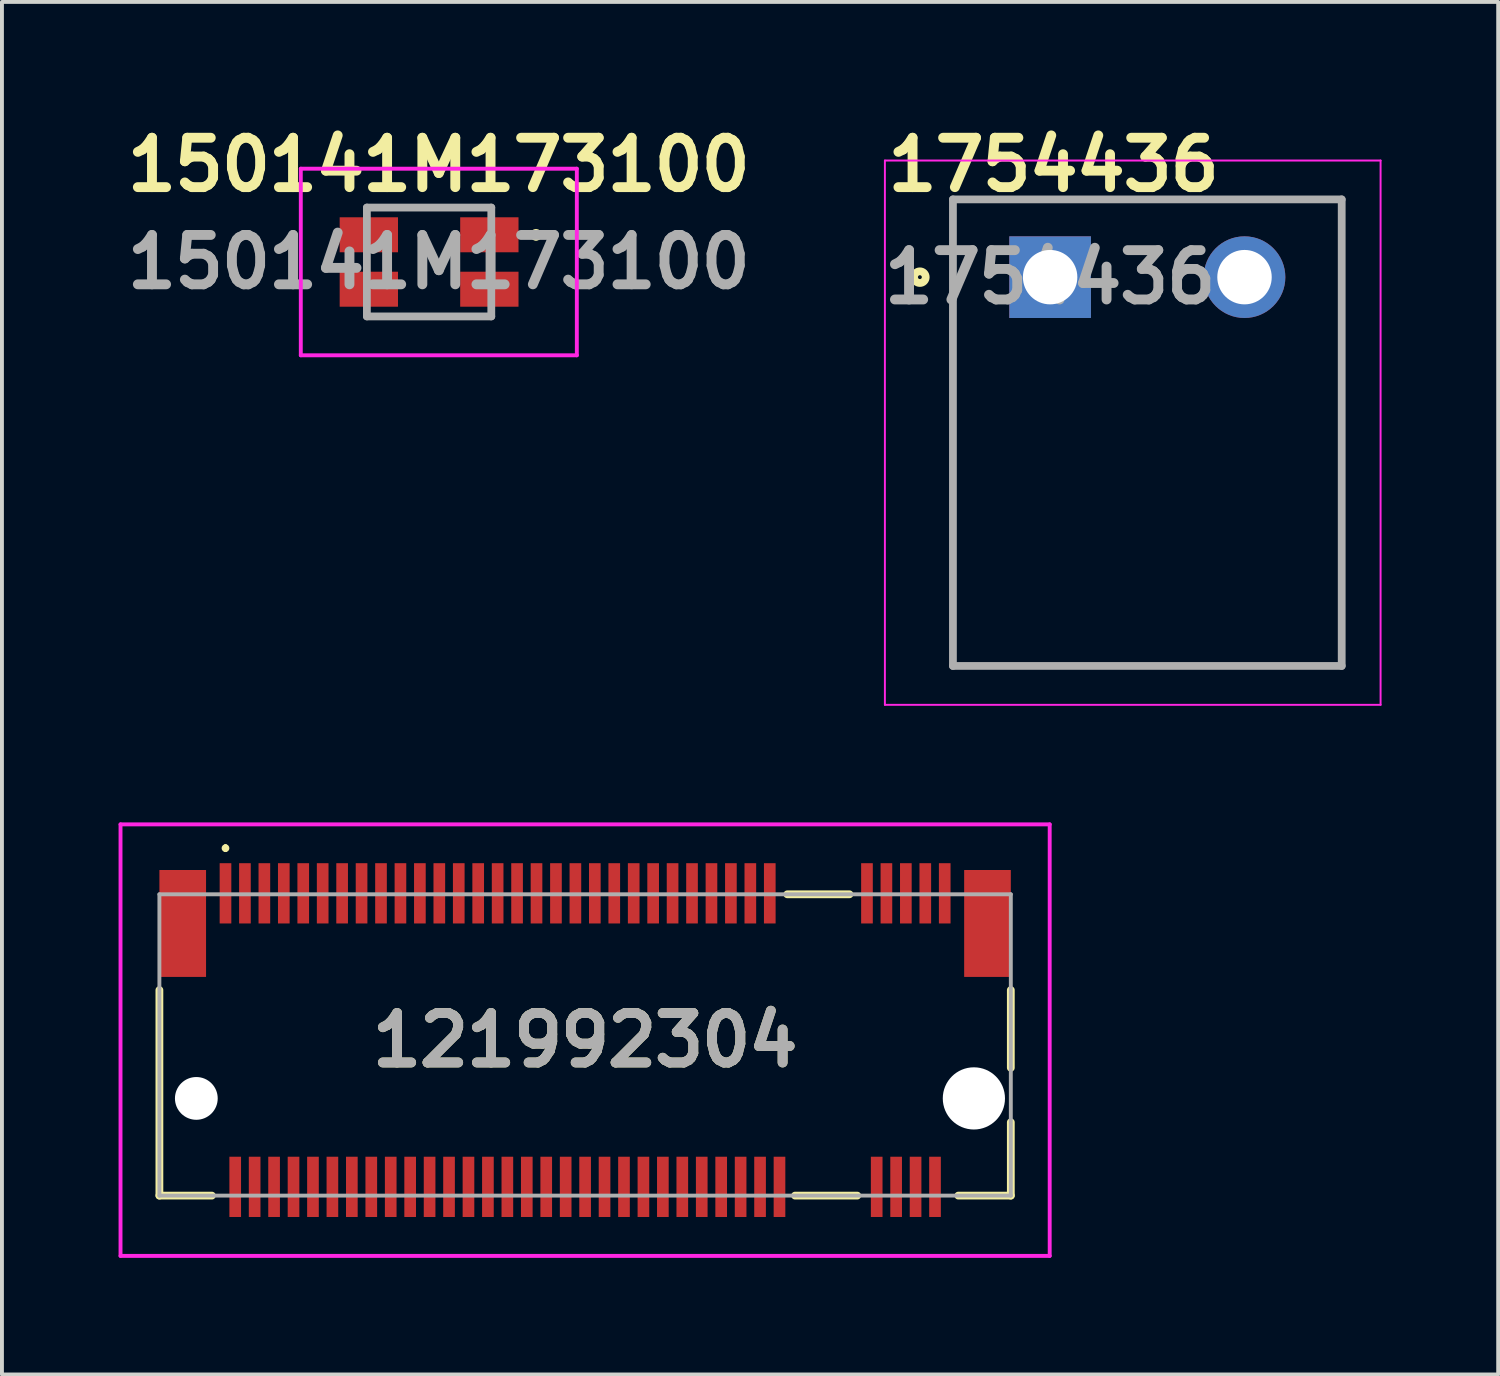
<source format=kicad_pcb>
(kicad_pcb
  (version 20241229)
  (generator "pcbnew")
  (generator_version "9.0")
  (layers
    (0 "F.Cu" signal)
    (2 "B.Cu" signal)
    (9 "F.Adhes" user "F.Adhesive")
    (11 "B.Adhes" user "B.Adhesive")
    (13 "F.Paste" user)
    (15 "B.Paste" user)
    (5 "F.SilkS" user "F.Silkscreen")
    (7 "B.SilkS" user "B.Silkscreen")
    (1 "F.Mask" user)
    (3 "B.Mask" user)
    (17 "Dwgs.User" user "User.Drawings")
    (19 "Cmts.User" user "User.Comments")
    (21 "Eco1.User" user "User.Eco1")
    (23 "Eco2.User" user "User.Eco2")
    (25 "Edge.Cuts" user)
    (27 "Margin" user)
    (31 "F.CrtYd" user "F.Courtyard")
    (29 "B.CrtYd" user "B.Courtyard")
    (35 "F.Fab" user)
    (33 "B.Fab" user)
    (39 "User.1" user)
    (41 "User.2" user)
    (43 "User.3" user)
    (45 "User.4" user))
  (footprint "150141M173100"
    (layer "F.Cu")
    (at 7.987 3.689)
    (property "Reference" "150141M173100" (at 0.25 -2.5 0) (layer "F.SilkS") (effects (font (size 1.27 1.27) (thickness 0.254))))
    (attr smd)
    (fp_line (start -0.25 -1.4) (end -0.25 -1.4) (stroke (width 0.1) (type solid)) (layer "F.SilkS"))
    (fp_line (start -0.25 -1.4) (end 0.25 -1.4) (stroke (width 0.1) (type solid)) (layer "F.SilkS"))
    (fp_line (start -0.25 1.4) (end -0.25 1.4) (stroke (width 0.1) (type solid)) (layer "F.SilkS"))
    (fp_line (start -0.25 1.4) (end 0.25 1.4) (stroke (width 0.1) (type solid)) (layer "F.SilkS"))
    (fp_line (start 0.25 -1.4) (end -0.25 -1.4) (stroke (width 0.1) (type solid)) (layer "F.SilkS"))
    (fp_line (start 0.25 -1.4) (end 0.25 -1.4) (stroke (width 0.1) (type solid)) (layer "F.SilkS"))
    (fp_line (start 0.25 1.4) (end -0.25 1.4) (stroke (width 0.1) (type solid)) (layer "F.SilkS"))
    (fp_line (start 0.25 1.4) (end 0.25 1.4) (stroke (width 0.1) (type solid)) (layer "F.SilkS"))
    (fp_line (start 2.7 -0.7) (end 2.7 -0.7) (stroke (width 0.2) (type solid)) (layer "F.SilkS"))
    (fp_line (start 2.7 -0.7) (end 2.7 -0.7) (stroke (width 0.2) (type solid)) (layer "F.SilkS"))
    (fp_line (start 2.8 -0.7) (end 2.8 -0.7) (stroke (width 0.2) (type solid)) (layer "F.SilkS"))
    (fp_arc (start 2.7 -0.7) (mid 2.75 -0.75) (end 2.8 -0.7) (stroke (width 0.2) (type solid)) (layer "F.SilkS"))
    (fp_arc (start 2.8 -0.7) (mid 2.75 -0.65) (end 2.7 -0.7) (stroke (width 0.2) (type solid)) (layer "F.SilkS"))
    (fp_arc (start 2.8 -0.7) (mid 2.75 -0.65) (end 2.7 -0.7) (stroke (width 0.2) (type solid)) (layer "F.SilkS"))
    (fp_line (start -3.3 -2.4) (end 3.8 -2.4) (stroke (width 0.1) (type solid)) (layer "F.CrtYd"))
    (fp_line (start -3.3 2.4) (end -3.3 -2.4) (stroke (width 0.1) (type solid)) (layer "F.CrtYd"))
    (fp_line (start 3.8 -2.4) (end 3.8 2.4) (stroke (width 0.1) (type solid)) (layer "F.CrtYd"))
    (fp_line (start 3.8 2.4) (end -3.3 2.4) (stroke (width 0.1) (type solid)) (layer "F.CrtYd"))
    (fp_line (start -1.6 -1.4) (end -1.6 1.4) (stroke (width 0.2) (type solid)) (layer "F.Fab"))
    (fp_line (start -1.6 1.4) (end 1.6 1.4) (stroke (width 0.2) (type solid)) (layer "F.Fab"))
    (fp_line (start 1.6 -1.4) (end -1.6 -1.4) (stroke (width 0.2) (type solid)) (layer "F.Fab"))
    (fp_line (start 1.6 1.4) (end 1.6 -1.4) (stroke (width 0.2) (type solid)) (layer "F.Fab"))
    (fp_text user "${REFERENCE}" (at 0.25 0 0) (layer "F.Fab") (effects (font (size 1.27 1.27) (thickness 0.254))))
    (pad "1" smd rect (at 1.55 -0.7 90) (size 0.9 1.5) (layers "F.Cu" "F.Mask" "F.Paste"))
    (pad "2" smd rect (at 1.55 0.7 90) (size 0.9 1.5) (layers "F.Cu" "F.Mask" "F.Paste"))
    (pad "3" smd rect (at -1.55 -0.7 90) (size 0.9 1.5) (layers "F.Cu" "F.Mask" "F.Paste"))
    (pad "4" smd rect (at -1.55 0.7 90) (size 0.9 1.5) (layers "F.Cu" "F.Mask" "F.Paste")))
  (footprint "1754436"
    (layer "F.Cu")
    (at 23.961 4.079)
    (property "Reference" "1754436" (at 0.09 -2.89 0) (layer "F.SilkS") (effects (font (size 1.27 1.27) (thickness 0.254))))
    (attr through_hole)
    (fp_line (start -2.5 -2) (end 7.5 -2) (stroke (width 0.1) (type solid)) (layer "F.SilkS"))
    (fp_line (start -2.5 10) (end -2.5 -2) (stroke (width 0.1) (type solid)) (layer "F.SilkS"))
    (fp_line (start 7.5 -2) (end 7.5 10) (stroke (width 0.1) (type solid)) (layer "F.SilkS"))
    (fp_line (start 7.5 10) (end -2.5 10) (stroke (width 0.1) (type solid)) (layer "F.SilkS"))
    (fp_circle (center -3.35 0) (end -3.35 0.05) (stroke (width 0.2) (type solid)) (fill no) (layer "F.SilkS"))
    (fp_line (start -4.25 -3) (end 8.5 -3) (stroke (width 0.05) (type solid)) (layer "F.CrtYd"))
    (fp_line (start -4.25 11) (end -4.25 -3) (stroke (width 0.05) (type solid)) (layer "F.CrtYd"))
    (fp_line (start 8.5 -3) (end 8.5 11) (stroke (width 0.05) (type solid)) (layer "F.CrtYd"))
    (fp_line (start 8.5 11) (end -4.25 11) (stroke (width 0.05) (type solid)) (layer "F.CrtYd"))
    (fp_line (start -2.5 -2) (end 7.5 -2) (stroke (width 0.2) (type solid)) (layer "F.Fab"))
    (fp_line (start -2.5 10) (end -2.5 -2) (stroke (width 0.2) (type solid)) (layer "F.Fab"))
    (fp_line (start 7.5 -2) (end 7.5 10) (stroke (width 0.2) (type solid)) (layer "F.Fab"))
    (fp_line (start 7.5 10) (end -2.5 10) (stroke (width 0.2) (type solid)) (layer "F.Fab"))
    (fp_text user "${REFERENCE}" (at 0 0 0) (layer "F.Fab") (effects (font (size 1.27 1.27) (thickness 0.254))))
    (pad "1" thru_hole rect (at 0 0) (size 2.1 2.1) (drill 1.4) (layers "*.Cu" "*.Mask"))
    (pad "2" thru_hole circle (at 5 0) (size 2.1 2.1) (drill 1.4) (layers "*.Cu" "*.Mask")))
  (footprint "121992304"
    (layer "F.Cu")
    (at 12 23.828)
    (property "Reference" "121992304" (at 0 -0.124 0) (layer "F.SilkS") (effects (font (size 1.27 1.27) (thickness 0.254))))
    (attr through_hole)
    (fp_line (start -10.95 -1.412) (end -10.95 3.875) (stroke (width 0.2) (type solid)) (layer "F.SilkS"))
    (fp_line (start -10.95 3.875) (end -9.6 3.875) (stroke (width 0.2) (type solid)) (layer "F.SilkS"))
    (fp_line (start -9.25 -5.112) (end -9.25 -5.112) (stroke (width 0.1) (type solid)) (layer "F.SilkS"))
    (fp_line (start -9.25 -5.012) (end -9.25 -5.012) (stroke (width 0.1) (type solid)) (layer "F.SilkS"))
    (fp_line (start 5.2 -3.875) (end 6.8 -3.875) (stroke (width 0.2) (type solid)) (layer "F.SilkS"))
    (fp_line (start 5.4 3.875) (end 7 3.875) (stroke (width 0.2) (type solid)) (layer "F.SilkS"))
    (fp_line (start 10.95 -1.412) (end 10.95 0.588) (stroke (width 0.2) (type solid)) (layer "F.SilkS"))
    (fp_line (start 10.95 1.988) (end 10.95 3.875) (stroke (width 0.2) (type solid)) (layer "F.SilkS"))
    (fp_line (start 10.95 3.875) (end 9.6 3.875) (stroke (width 0.2) (type solid)) (layer "F.SilkS"))
    (fp_arc (start -9.25 -5.112) (mid -9.2 -5.062) (end -9.25 -5.012) (stroke (width 0.1) (type solid)) (layer "F.SilkS"))
    (fp_arc (start -9.25 -5.012) (mid -9.3 -5.062) (end -9.25 -5.112) (stroke (width 0.1) (type solid)) (layer "F.SilkS"))
    (fp_line (start -11.95 -5.674) (end 11.95 -5.674) (stroke (width 0.1) (type solid)) (layer "F.CrtYd"))
    (fp_line (start -11.95 5.426) (end -11.95 -5.674) (stroke (width 0.1) (type solid)) (layer "F.CrtYd"))
    (fp_line (start 11.95 -5.674) (end 11.95 5.426) (stroke (width 0.1) (type solid)) (layer "F.CrtYd"))
    (fp_line (start 11.95 5.426) (end -11.95 5.426) (stroke (width 0.1) (type solid)) (layer "F.CrtYd"))
    (fp_line (start -10.95 -3.875) (end 10.95 -3.875) (stroke (width 0.1) (type solid)) (layer "F.Fab"))
    (fp_line (start -10.95 3.875) (end -10.95 -3.875) (stroke (width 0.1) (type solid)) (layer "F.Fab"))
    (fp_line (start 10.95 -3.875) (end 10.95 3.875) (stroke (width 0.1) (type solid)) (layer "F.Fab"))
    (fp_line (start 10.95 3.875) (end -10.95 3.875) (stroke (width 0.1) (type solid)) (layer "F.Fab"))
    (fp_text user "${REFERENCE}" (at 0 -0.124 0) (layer "F.Fab") (effects (font (size 1.27 1.27) (thickness 0.254))))
    (pad "" np_thru_hole circle (at -10 1.375) (size 1.1 1.1) (drill 1.1) (layers "*.Cu" "*.Mask"))
    (pad "" np_thru_hole circle (at 10 1.375) (size 1.6 1.6) (drill 1.6) (layers "*.Cu" "*.Mask"))
    (pad "1" smd rect (at -9.25 -3.9) (size 0.3 1.55) (layers "F.Cu" "F.Mask" "F.Paste"))
    (pad "2" smd rect (at -9 3.65) (size 0.3 1.55) (layers "F.Cu" "F.Mask" "F.Paste"))
    (pad "3" smd rect (at -8.75 -3.9) (size 0.3 1.55) (layers "F.Cu" "F.Mask" "F.Paste"))
    (pad "4" smd rect (at -8.5 3.65) (size 0.3 1.55) (layers "F.Cu" "F.Mask" "F.Paste"))
    (pad "5" smd rect (at -8.25 -3.9) (size 0.3 1.55) (layers "F.Cu" "F.Mask" "F.Paste"))
    (pad "6" smd rect (at -8 3.65) (size 0.3 1.55) (layers "F.Cu" "F.Mask" "F.Paste"))
    (pad "7" smd rect (at -7.75 -3.9) (size 0.3 1.55) (layers "F.Cu" "F.Mask" "F.Paste"))
    (pad "8" smd rect (at -7.5 3.65) (size 0.3 1.55) (layers "F.Cu" "F.Mask" "F.Paste"))
    (pad "9" smd rect (at -7.25 -3.9) (size 0.3 1.55) (layers "F.Cu" "F.Mask" "F.Paste"))
    (pad "10" smd rect (at -7 3.65) (size 0.3 1.55) (layers "F.Cu" "F.Mask" "F.Paste"))
    (pad "11" smd rect (at -6.75 -3.9) (size 0.3 1.55) (layers "F.Cu" "F.Mask" "F.Paste"))
    (pad "12" smd rect (at -6.5 3.65) (size 0.3 1.55) (layers "F.Cu" "F.Mask" "F.Paste"))
    (pad "13" smd rect (at -6.25 -3.9) (size 0.3 1.55) (layers "F.Cu" "F.Mask" "F.Paste"))
    (pad "14" smd rect (at -6 3.65) (size 0.3 1.55) (layers "F.Cu" "F.Mask" "F.Paste"))
    (pad "15" smd rect (at -5.75 -3.9) (size 0.3 1.55) (layers "F.Cu" "F.Mask" "F.Paste"))
    (pad "16" smd rect (at -5.5 3.65) (size 0.3 1.55) (layers "F.Cu" "F.Mask" "F.Paste"))
    (pad "17" smd rect (at -5.25 -3.9) (size 0.3 1.55) (layers "F.Cu" "F.Mask" "F.Paste"))
    (pad "18" smd rect (at -5 3.65) (size 0.3 1.55) (layers "F.Cu" "F.Mask" "F.Paste"))
    (pad "19" smd rect (at -4.75 -3.9) (size 0.3 1.55) (layers "F.Cu" "F.Mask" "F.Paste"))
    (pad "20" smd rect (at -4.5 3.65) (size 0.3 1.55) (layers "F.Cu" "F.Mask" "F.Paste"))
    (pad "21" smd rect (at -4.25 -3.9) (size 0.3 1.55) (layers "F.Cu" "F.Mask" "F.Paste"))
    (pad "22" smd rect (at -4 3.65) (size 0.3 1.55) (layers "F.Cu" "F.Mask" "F.Paste"))
    (pad "23" smd rect (at -3.75 -3.9) (size 0.3 1.55) (layers "F.Cu" "F.Mask" "F.Paste"))
    (pad "24" smd rect (at -3.5 3.65) (size 0.3 1.55) (layers "F.Cu" "F.Mask" "F.Paste"))
    (pad "25" smd rect (at -3.25 -3.9) (size 0.3 1.55) (layers "F.Cu" "F.Mask" "F.Paste"))
    (pad "26" smd rect (at -3 3.65) (size 0.3 1.55) (layers "F.Cu" "F.Mask" "F.Paste"))
    (pad "27" smd rect (at -2.75 -3.9) (size 0.3 1.55) (layers "F.Cu" "F.Mask" "F.Paste"))
    (pad "28" smd rect (at -2.5 3.65) (size 0.3 1.55) (layers "F.Cu" "F.Mask" "F.Paste"))
    (pad "29" smd rect (at -2.25 -3.9) (size 0.3 1.55) (layers "F.Cu" "F.Mask" "F.Paste"))
    (pad "30" smd rect (at -2 3.65) (size 0.3 1.55) (layers "F.Cu" "F.Mask" "F.Paste"))
    (pad "31" smd rect (at -1.75 -3.9) (size 0.3 1.55) (layers "F.Cu" "F.Mask" "F.Paste"))
    (pad "32" smd rect (at -1.5 3.65) (size 0.3 1.55) (layers "F.Cu" "F.Mask" "F.Paste"))
    (pad "33" smd rect (at -1.25 -3.9) (size 0.3 1.55) (layers "F.Cu" "F.Mask" "F.Paste"))
    (pad "34" smd rect (at -1 3.65) (size 0.3 1.55) (layers "F.Cu" "F.Mask" "F.Paste"))
    (pad "35" smd rect (at -0.75 -3.9) (size 0.3 1.55) (layers "F.Cu" "F.Mask" "F.Paste"))
    (pad "36" smd rect (at -0.5 3.65) (size 0.3 1.55) (layers "F.Cu" "F.Mask" "F.Paste"))
    (pad "37" smd rect (at -0.25 -3.9) (size 0.3 1.55) (layers "F.Cu" "F.Mask" "F.Paste"))
    (pad "38" smd rect (at 0 3.65) (size 0.3 1.55) (layers "F.Cu" "F.Mask" "F.Paste"))
    (pad "39" smd rect (at 0.25 -3.9) (size 0.3 1.55) (layers "F.Cu" "F.Mask" "F.Paste"))
    (pad "40" smd rect (at 0.5 3.65) (size 0.3 1.55) (layers "F.Cu" "F.Mask" "F.Paste"))
    (pad "41" smd rect (at 0.75 -3.9) (size 0.3 1.55) (layers "F.Cu" "F.Mask" "F.Paste"))
    (pad "42" smd rect (at 1 3.65) (size 0.3 1.55) (layers "F.Cu" "F.Mask" "F.Paste"))
    (pad "43" smd rect (at 1.25 -3.9) (size 0.3 1.55) (layers "F.Cu" "F.Mask" "F.Paste"))
    (pad "44" smd rect (at 1.5 3.65) (size 0.3 1.55) (layers "F.Cu" "F.Mask" "F.Paste"))
    (pad "45" smd rect (at 1.75 -3.9) (size 0.3 1.55) (layers "F.Cu" "F.Mask" "F.Paste"))
    (pad "46" smd rect (at 2 3.65) (size 0.3 1.55) (layers "F.Cu" "F.Mask" "F.Paste"))
    (pad "47" smd rect (at 2.25 -3.9) (size 0.3 1.55) (layers "F.Cu" "F.Mask" "F.Paste"))
    (pad "48" smd rect (at 2.5 3.65) (size 0.3 1.55) (layers "F.Cu" "F.Mask" "F.Paste"))
    (pad "49" smd rect (at 2.75 -3.9) (size 0.3 1.55) (layers "F.Cu" "F.Mask" "F.Paste"))
    (pad "50" smd rect (at 3 3.65) (size 0.3 1.55) (layers "F.Cu" "F.Mask" "F.Paste"))
    (pad "51" smd rect (at 3.25 -3.9) (size 0.3 1.55) (layers "F.Cu" "F.Mask" "F.Paste"))
    (pad "52" smd rect (at 3.5 3.65) (size 0.3 1.55) (layers "F.Cu" "F.Mask" "F.Paste"))
    (pad "53" smd rect (at 3.75 -3.9) (size 0.3 1.55) (layers "F.Cu" "F.Mask" "F.Paste"))
    (pad "54" smd rect (at 4 3.65) (size 0.3 1.55) (layers "F.Cu" "F.Mask" "F.Paste"))
    (pad "55" smd rect (at 4.25 -3.9) (size 0.3 1.55) (layers "F.Cu" "F.Mask" "F.Paste"))
    (pad "56" smd rect (at 4.5 3.65) (size 0.3 1.55) (layers "F.Cu" "F.Mask" "F.Paste"))
    (pad "57" smd rect (at 4.75 -3.9) (size 0.3 1.55) (layers "F.Cu" "F.Mask" "F.Paste"))
    (pad "58" smd rect (at 5 3.65) (size 0.3 1.55) (layers "F.Cu" "F.Mask" "F.Paste"))
    (pad "67" smd rect (at 7.25 -3.9) (size 0.3 1.55) (layers "F.Cu" "F.Mask" "F.Paste"))
    (pad "68" smd rect (at 7.5 3.65) (size 0.3 1.55) (layers "F.Cu" "F.Mask" "F.Paste"))
    (pad "69" smd rect (at 7.75 -3.9) (size 0.3 1.55) (layers "F.Cu" "F.Mask" "F.Paste"))
    (pad "70" smd rect (at 8 3.65) (size 0.3 1.55) (layers "F.Cu" "F.Mask" "F.Paste"))
    (pad "71" smd rect (at 8.25 -3.9) (size 0.3 1.55) (layers "F.Cu" "F.Mask" "F.Paste"))
    (pad "72" smd rect (at 8.5 3.65) (size 0.3 1.55) (layers "F.Cu" "F.Mask" "F.Paste"))
    (pad "73" smd rect (at 8.75 -3.9) (size 0.3 1.55) (layers "F.Cu" "F.Mask" "F.Paste"))
    (pad "74" smd rect (at 9 3.65) (size 0.3 1.55) (layers "F.Cu" "F.Mask" "F.Paste"))
    (pad "75" smd rect (at 9.25 -3.9) (size 0.3 1.55) (layers "F.Cu" "F.Mask" "F.Paste"))
    (pad "76" smd rect (at -10.35 -3.125) (size 1.2 2.75) (layers "F.Cu" "F.Mask" "F.Paste"))
    (pad "77" smd rect (at 10.35 -3.125) (size 1.2 2.75) (layers "F.Cu" "F.Mask" "F.Paste")))
  (gr_rect
    (start -3 -3)
    (end 35.486 32.304)
    (stroke (width 0.1) (type default))
    (fill no)
    (layer "Edge.Cuts")))
</source>
